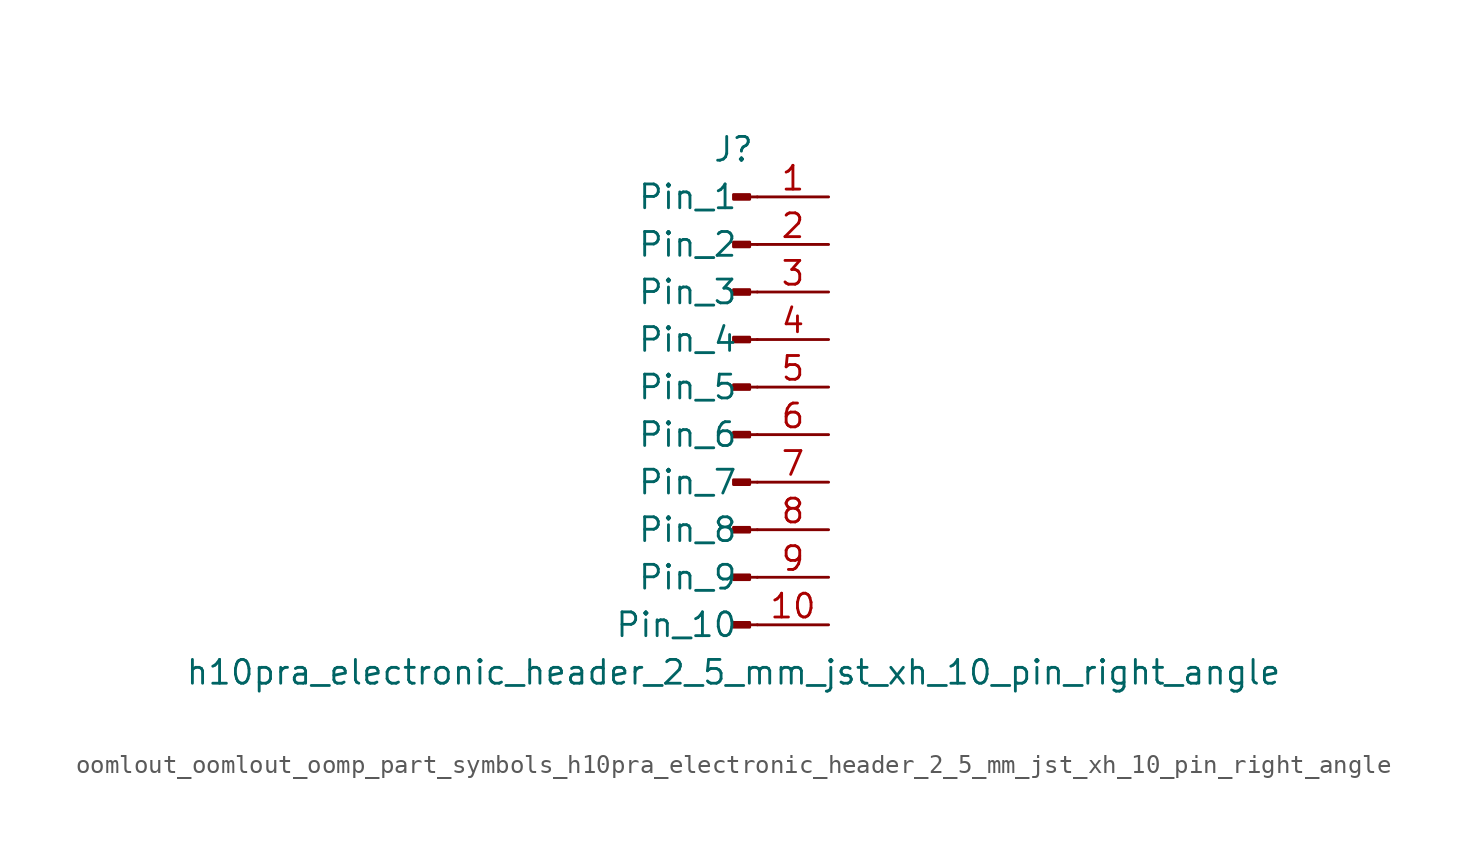
<source format=kicad_sym>
(kicad_symbol_lib
  (version 20220914)
  (generator kicad_symbol_editor)
  (symbol "oomlout_oomlout_oomp_part_symbols_h10pra_electronic_header_2_5_mm_jst_xh_10_pin_right_angle"
    (pin_names
      (offset 1.016))
    (property "Reference" "J"
      (at 0 12.7 0)
      (effects (font (size 1.27 1.27))))
    (property "Value" "h10pra_electronic_header_2_5_mm_jst_xh_10_pin_right_angle"
      (at 0 -15.24 0)
      (effects (font (size 1.27 1.27))))
    (property "ki_locked" ""
      (at 0 0 0)
      (effects (font (size 1.27 1.27))))
    (symbol "oomlout_oomlout_oomp_part_symbols_h10pra_electronic_header_2_5_mm_jst_xh_10_pin_right_angle_1_1"
      (polyline (pts (xy 1.27 -12.7) (xy 0.864 -12.7)) (stroke (width 0.152) (type default)) (fill (type none)))
      (polyline (pts (xy 1.27 -10.16) (xy 0.864 -10.16)) (stroke (width 0.152) (type default)) (fill (type none)))
      (polyline (pts (xy 1.27 -7.62) (xy 0.864 -7.62)) (stroke (width 0.152) (type default)) (fill (type none)))
      (polyline (pts (xy 1.27 -5.08) (xy 0.864 -5.08)) (stroke (width 0.152) (type default)) (fill (type none)))
      (polyline (pts (xy 1.27 -2.54) (xy 0.864 -2.54)) (stroke (width 0.152) (type default)) (fill (type none)))
      (polyline (pts (xy 1.27 0) (xy 0.864 0)) (stroke (width 0.152) (type default)) (fill (type none)))
      (polyline (pts (xy 1.27 2.54) (xy 0.864 2.54)) (stroke (width 0.152) (type default)) (fill (type none)))
      (polyline (pts (xy 1.27 5.08) (xy 0.864 5.08)) (stroke (width 0.152) (type default)) (fill (type none)))
      (polyline (pts (xy 1.27 7.62) (xy 0.864 7.62)) (stroke (width 0.152) (type default)) (fill (type none)))
      (polyline (pts (xy 1.27 10.16) (xy 0.864 10.16)) (stroke (width 0.152) (type default)) (fill (type none)))
      (rectangle (start 0.864 -12.573) (end 0 -12.827) (stroke (width 0.152) (type default)) (fill (type outline)))
      (rectangle (start 0.864 -10.033) (end 0 -10.287) (stroke (width 0.152) (type default)) (fill (type outline)))
      (rectangle (start 0.864 -7.493) (end 0 -7.747) (stroke (width 0.152) (type default)) (fill (type outline)))
      (rectangle (start 0.864 -4.953) (end 0 -5.207) (stroke (width 0.152) (type default)) (fill (type outline)))
      (rectangle (start 0.864 -2.413) (end 0 -2.667) (stroke (width 0.152) (type default)) (fill (type outline)))
      (rectangle (start 0.864 0.127) (end 0 -0.127) (stroke (width 0.152) (type default)) (fill (type outline)))
      (rectangle (start 0.864 2.667) (end 0 2.413) (stroke (width 0.152) (type default)) (fill (type outline)))
      (rectangle (start 0.864 5.207) (end 0 4.953) (stroke (width 0.152) (type default)) (fill (type outline)))
      (rectangle (start 0.864 7.747) (end 0 7.493) (stroke (width 0.152) (type default)) (fill (type outline)))
      (rectangle (start 0.864 10.287) (end 0 10.033) (stroke (width 0.152) (type default)) (fill (type outline)))
      (pin passive line (at 5.08 10.16 180) (length 3.81) (name "Pin_1" (effects (font (size 1.27 1.27)))) (number "1" (effects (font (size 1.27 1.27)))))
      (pin passive line (at 5.08 -12.7 180) (length 3.81) (name "Pin_10" (effects (font (size 1.27 1.27)))) (number "10" (effects (font (size 1.27 1.27)))))
      (pin passive line (at 5.08 7.62 180) (length 3.81) (name "Pin_2" (effects (font (size 1.27 1.27)))) (number "2" (effects (font (size 1.27 1.27)))))
      (pin passive line (at 5.08 5.08 180) (length 3.81) (name "Pin_3" (effects (font (size 1.27 1.27)))) (number "3" (effects (font (size 1.27 1.27)))))
      (pin passive line (at 5.08 2.54 180) (length 3.81) (name "Pin_4" (effects (font (size 1.27 1.27)))) (number "4" (effects (font (size 1.27 1.27)))))
      (pin passive line (at 5.08 0 180) (length 3.81) (name "Pin_5" (effects (font (size 1.27 1.27)))) (number "5" (effects (font (size 1.27 1.27)))))
      (pin passive line (at 5.08 -2.54 180) (length 3.81) (name "Pin_6" (effects (font (size 1.27 1.27)))) (number "6" (effects (font (size 1.27 1.27)))))
      (pin passive line (at 5.08 -5.08 180) (length 3.81) (name "Pin_7" (effects (font (size 1.27 1.27)))) (number "7" (effects (font (size 1.27 1.27)))))
      (pin passive line (at 5.08 -7.62 180) (length 3.81) (name "Pin_8" (effects (font (size 1.27 1.27)))) (number "8" (effects (font (size 1.27 1.27)))))
      (pin passive line (at 5.08 -10.16 180) (length 3.81) (name "Pin_9" (effects (font (size 1.27 1.27)))) (number "9" (effects (font (size 1.27 1.27))))))))
</source>
